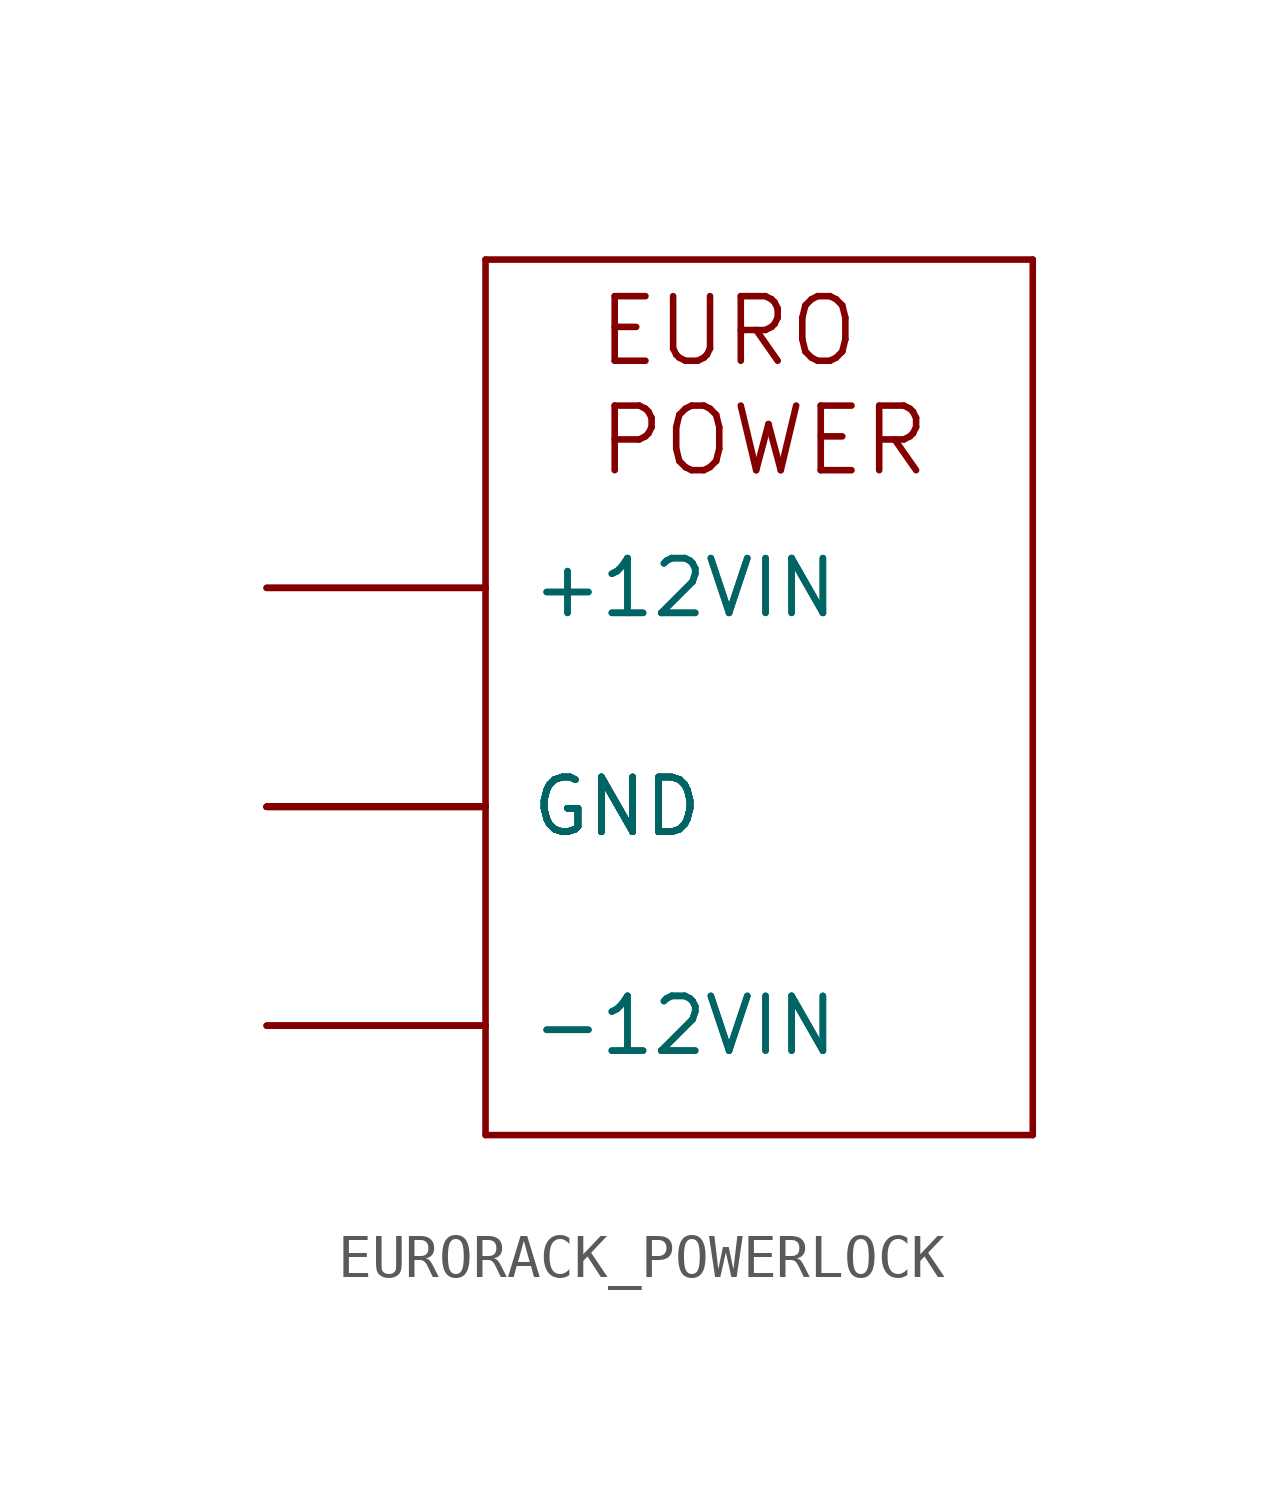
<source format=kicad_sym>
(kicad_symbol_lib
  (version 20211014)
  (generator kicad_symbol_editor)
  (symbol "EURORACK_POWERLOCK"
    (pin_names
      (offset 1.016))
    (property "Reference" "EP"
      (at 0 0 0)
      (effects (font (size 1.27 1.27)) hide))
    (property "ki_locked" ""
      (at 0 0 0)
      (effects (font (size 1.27 1.27))))
    (symbol "EURORACK_POWERLOCK_1_0"
      (polyline (pts (xy -5.08 -10.16) (xy 7.62 -10.16)) (stroke (width 0) (type default) (color 0 0 0 0)) (fill (type none)))
      (polyline (pts (xy -5.08 10.16) (xy -5.08 -10.16)) (stroke (width 0) (type default) (color 0 0 0 0)) (fill (type none)))
      (polyline (pts (xy 7.62 -10.16) (xy 7.62 10.16)) (stroke (width 0) (type default) (color 0 0 0 0)) (fill (type none)))
      (polyline (pts (xy 7.62 10.16) (xy -5.08 10.16)) (stroke (width 0) (type default) (color 0 0 0 0)) (fill (type none)))
      (text "EURO" (at -2.54 7.62 0) (effects (font (size 1.499 1.499)) (justify left bottom)))
      (text "POWER" (at -2.54 5.08 0) (effects (font (size 1.499 1.499)) (justify left bottom)))
      (pin bidirectional line (at -10.16 -2.54 0) (length 5.08) (name "GND" (effects (font (size 1.27 1.27)))) (number "GND1" (effects (font (size 0 0)))))
      (pin bidirectional line (at -10.16 -2.54 0) (length 5.08) (name "GND" (effects (font (size 1.27 1.27)))) (number "GND2" (effects (font (size 0 0)))))
      (pin bidirectional line (at -10.16 -2.54 0) (length 5.08) (name "GND" (effects (font (size 1.27 1.27)))) (number "GND3" (effects (font (size 0 0)))))
      (pin bidirectional line (at -10.16 -2.54 0) (length 5.08) (name "GND" (effects (font (size 1.27 1.27)))) (number "GND4" (effects (font (size 0 0)))))
      (pin bidirectional line (at -10.16 -2.54 0) (length 5.08) (name "GND" (effects (font (size 1.27 1.27)))) (number "GND5" (effects (font (size 0 0)))))
      (pin bidirectional line (at -10.16 -2.54 0) (length 5.08) (name "GND" (effects (font (size 1.27 1.27)))) (number "GND6" (effects (font (size 0 0)))))
      (pin bidirectional line (at -10.16 -7.62 0) (length 5.08) (name "-12VIN" (effects (font (size 1.27 1.27)))) (number "NEG1" (effects (font (size 0 0)))))
      (pin bidirectional line (at -10.16 -7.62 0) (length 5.08) (name "-12VIN" (effects (font (size 1.27 1.27)))) (number "NEG2" (effects (font (size 0 0)))))
      (pin bidirectional line (at -10.16 2.54 0) (length 5.08) (name "+12VIN" (effects (font (size 1.27 1.27)))) (number "POS1" (effects (font (size 0 0)))))
      (pin bidirectional line (at -10.16 2.54 0) (length 5.08) (name "+12VIN" (effects (font (size 1.27 1.27)))) (number "POS2" (effects (font (size 0 0))))))))
</source>
